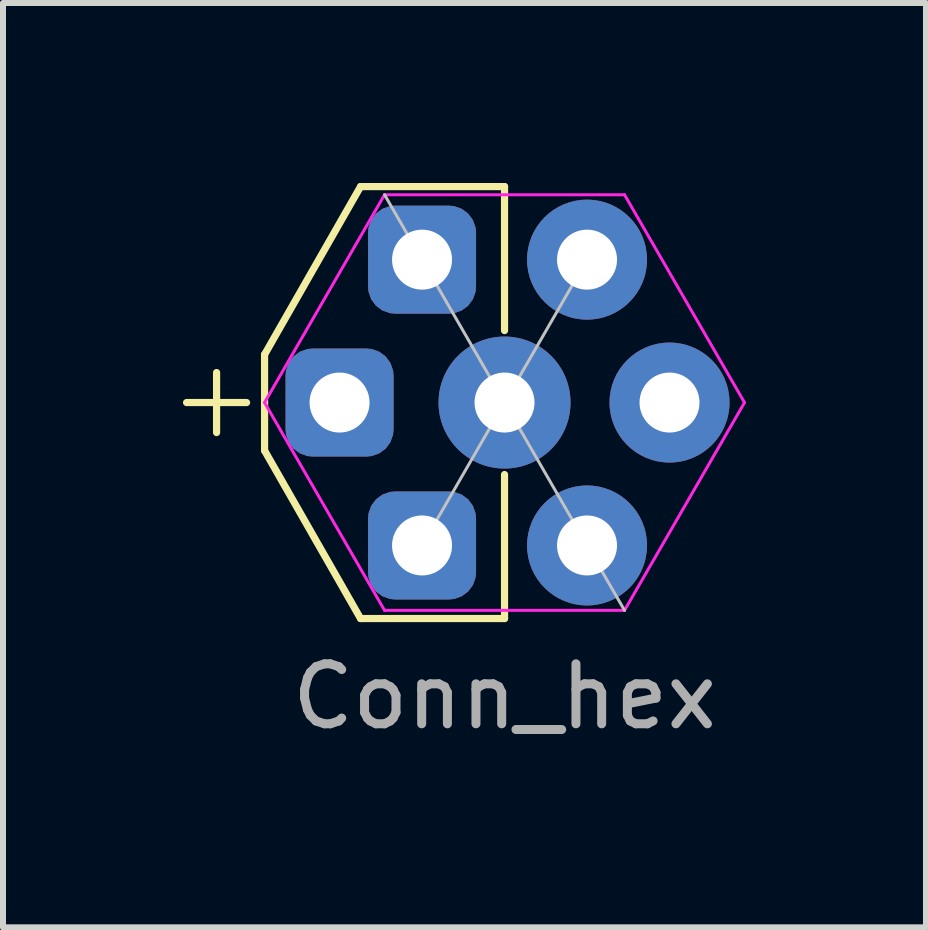
<source format=kicad_pcb>
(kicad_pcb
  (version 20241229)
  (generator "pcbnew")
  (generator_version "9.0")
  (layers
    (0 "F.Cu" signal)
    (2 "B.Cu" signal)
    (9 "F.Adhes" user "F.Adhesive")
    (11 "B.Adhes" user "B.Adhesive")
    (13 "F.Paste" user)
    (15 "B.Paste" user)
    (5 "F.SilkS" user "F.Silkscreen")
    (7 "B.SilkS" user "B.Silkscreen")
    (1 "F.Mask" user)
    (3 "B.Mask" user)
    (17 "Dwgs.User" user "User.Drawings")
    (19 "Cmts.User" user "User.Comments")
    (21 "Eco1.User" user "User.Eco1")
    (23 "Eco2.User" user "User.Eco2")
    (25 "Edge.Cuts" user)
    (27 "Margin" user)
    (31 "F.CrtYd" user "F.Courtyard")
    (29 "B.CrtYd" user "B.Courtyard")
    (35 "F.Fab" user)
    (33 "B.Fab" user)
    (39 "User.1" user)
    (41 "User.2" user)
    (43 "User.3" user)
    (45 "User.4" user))
  (footprint "Conn_hex"
    (layer "F.Cu")
    (at 5.36 3.66)
    (property "Reference" "Conn_hex" (at 0 4.9 0) (layer "F.Fab") (effects (font (size 1 1) (thickness 0.15))))
    (attr through_hole)
    (fp_line (start -5.3 0) (end -4.3 0) (stroke (width 0.12) (type solid)) (layer "F.SilkS"))
    (fp_line (start -4.8 -0.5) (end -4.8 0.5) (stroke (width 0.12) (type solid)) (layer "F.SilkS"))
    (fp_line (start -4 -0.8) (end -4 0.8) (stroke (width 0.12) (type solid)) (layer "F.SilkS"))
    (fp_line (start -4 0.8) (end -2.4 3.6) (stroke (width 0.12) (type solid)) (layer "F.SilkS"))
    (fp_line (start -2.4 -3.6) (end -4 -0.8) (stroke (width 0.12) (type solid)) (layer "F.SilkS"))
    (fp_line (start 0 -3.6) (end -2.4 -3.6) (stroke (width 0.12) (type solid)) (layer "F.SilkS"))
    (fp_line (start 0 -3.6) (end 0 -1.2) (stroke (width 0.12) (type solid)) (layer "F.SilkS"))
    (fp_line (start 0 3.6) (end -2.4 3.6) (stroke (width 0.12) (type solid)) (layer "F.SilkS"))
    (fp_line (start 0 3.6) (end 0 1.2) (stroke (width 0.12) (type solid)) (layer "F.SilkS"))
    (fp_line (start 0 0) (end -2 -3.464) (stroke (width 0.05) (type solid)) (layer "Dwgs.User"))
    (fp_line (start 0 0) (end -1.375 2.382) (stroke (width 0.05) (type solid)) (layer "Dwgs.User"))
    (fp_line (start 0 0) (end 1.375 -2.382) (stroke (width 0.05) (type solid)) (layer "Dwgs.User"))
    (fp_line (start 0 0) (end 2 3.464) (stroke (width 0.05) (type solid)) (layer "Dwgs.User"))
    (fp_line (start -4 0) (end -2 3.464) (stroke (width 0.05) (type solid)) (layer "F.CrtYd"))
    (fp_line (start -2 -3.464) (end -4 0) (stroke (width 0.05) (type solid)) (layer "F.CrtYd"))
    (fp_line (start -2 3.464) (end 2 3.464) (stroke (width 0.05) (type solid)) (layer "F.CrtYd"))
    (fp_line (start 2 -3.464) (end -2 -3.464) (stroke (width 0.05) (type solid)) (layer "F.CrtYd"))
    (fp_line (start 4 0) (end 2 -3.464) (stroke (width 0.05) (type solid)) (layer "F.CrtYd"))
    (fp_line (start 4 0) (end 2 3.464) (stroke (width 0.05) (type solid)) (layer "F.CrtYd"))
    (pad "" thru_hole circle (at 0 0) (size 2.2 2.2) (drill 1) (layers "*.Cu" "*.Mask"))
    (pad "1" thru_hole circle (at 1.375 -2.382) (size 2 2) (drill 1) (layers "*.Cu" "*.Mask"))
    (pad "2" thru_hole circle (at 2.75 0) (size 2 2) (drill 1) (layers "*.Cu" "*.Mask"))
    (pad "3" thru_hole circle (at 1.375 2.382) (size 2 2) (drill 1) (layers "*.Cu" "*.Mask"))
    (pad "4" thru_hole roundrect (at -1.375 2.382) (size 1.8 1.8) (drill 1) (layers "*.Cu" "*.Mask") (roundrect_rratio 0.25))
    (pad "5" thru_hole roundrect (at -2.75 0) (size 1.8 1.8) (drill 1) (layers "*.Cu" "*.Mask") (roundrect_rratio 0.25))
    (pad "6" thru_hole roundrect (at -1.375 -2.382) (size 1.8 1.8) (drill 1) (layers "*.Cu" "*.Mask") (roundrect_rratio 0.25)))
  (gr_rect
    (start -3 -3)
    (end 12.385 12.408)
    (stroke (width 0.1) (type default))
    (fill no)
    (layer "Edge.Cuts")))
</source>
